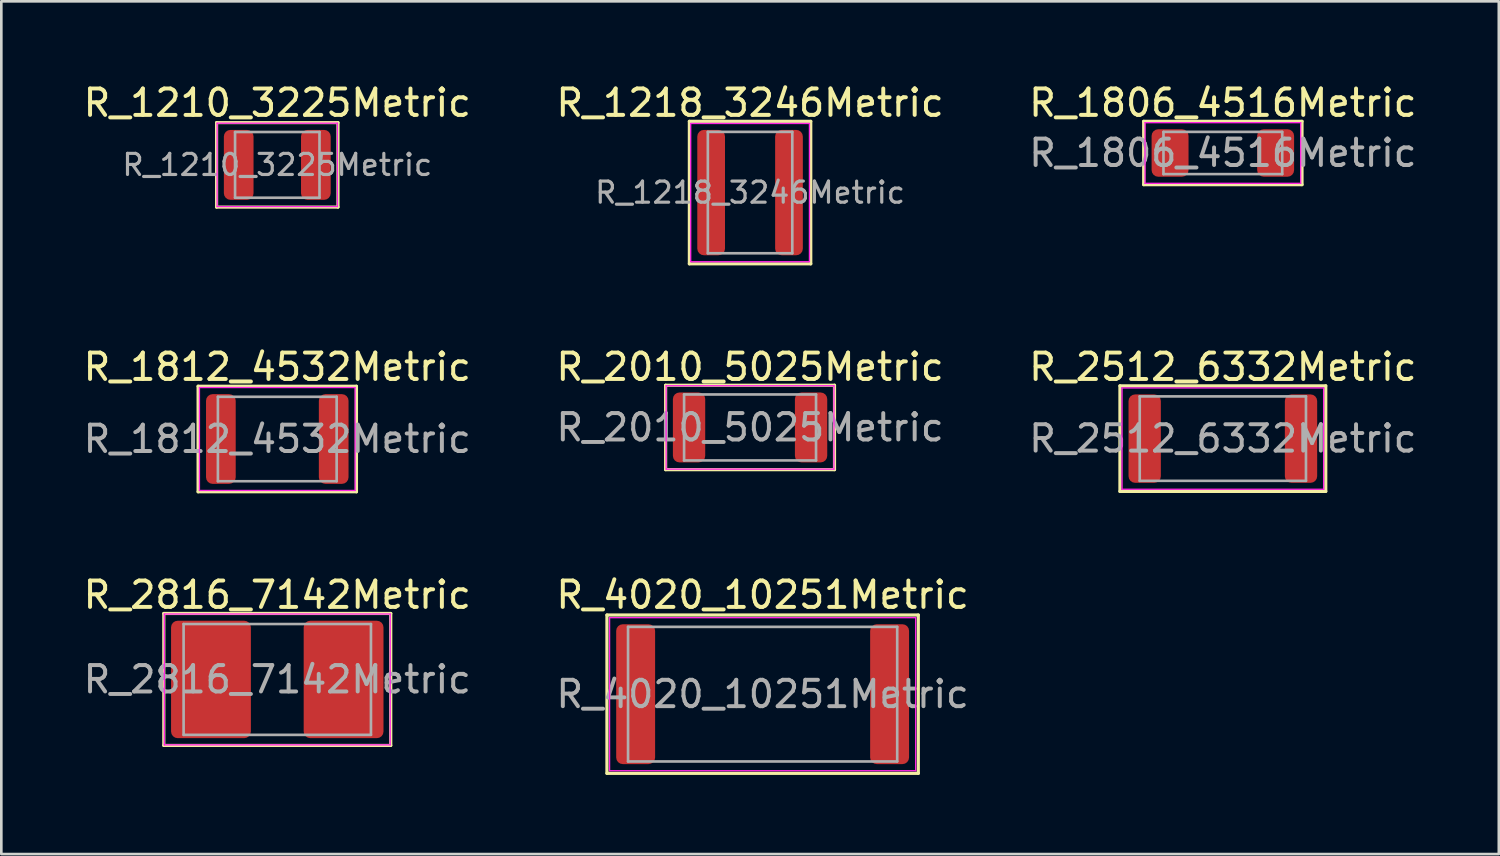
<source format=kicad_pcb>
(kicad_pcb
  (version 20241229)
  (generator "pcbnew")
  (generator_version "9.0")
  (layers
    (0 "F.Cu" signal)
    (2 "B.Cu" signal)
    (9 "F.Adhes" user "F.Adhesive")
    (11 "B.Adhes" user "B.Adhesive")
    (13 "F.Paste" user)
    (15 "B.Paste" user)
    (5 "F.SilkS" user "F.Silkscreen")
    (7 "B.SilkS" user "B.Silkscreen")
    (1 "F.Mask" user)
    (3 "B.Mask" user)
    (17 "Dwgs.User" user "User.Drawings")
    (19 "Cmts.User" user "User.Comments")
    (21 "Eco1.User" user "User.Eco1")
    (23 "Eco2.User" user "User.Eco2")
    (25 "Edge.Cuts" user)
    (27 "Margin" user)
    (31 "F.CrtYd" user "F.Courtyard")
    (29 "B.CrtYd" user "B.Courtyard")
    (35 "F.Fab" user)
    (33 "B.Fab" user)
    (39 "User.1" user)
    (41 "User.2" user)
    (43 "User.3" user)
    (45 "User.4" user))
  (footprint "R_1806_4516Metric"
    (layer "F.Cu")
    (at 43.292 2.748)
    (property "Reference" "R_1806_4516Metric" (at 0 -1.9 0) (layer "F.SilkS") (effects (font (size 1 1) (thickness 0.15))))
    (attr smd)
    (fp_line (start -3 -1.2) (end -3 1.2) (stroke (width 0.12) (type solid)) (layer "F.SilkS"))
    (fp_line (start -3 1.2) (end 3 1.2) (stroke (width 0.12) (type solid)) (layer "F.SilkS"))
    (fp_line (start 3 -1.2) (end -3 -1.2) (stroke (width 0.12) (type solid)) (layer "F.SilkS"))
    (fp_line (start 3 1.2) (end 3 -1.2) (stroke (width 0.12) (type solid)) (layer "F.SilkS"))
    (fp_line (start -2.95 -1.15) (end 2.95 -1.15) (stroke (width 0.05) (type solid)) (layer "F.CrtYd"))
    (fp_line (start -2.95 1.15) (end -2.95 -1.15) (stroke (width 0.05) (type solid)) (layer "F.CrtYd"))
    (fp_line (start 2.95 -1.15) (end 2.95 1.15) (stroke (width 0.05) (type solid)) (layer "F.CrtYd"))
    (fp_line (start 2.95 1.15) (end -2.95 1.15) (stroke (width 0.05) (type solid)) (layer "F.CrtYd"))
    (fp_line (start -2.25 -0.8) (end 2.25 -0.8) (stroke (width 0.1) (type solid)) (layer "F.Fab"))
    (fp_line (start -2.25 0.8) (end -2.25 -0.8) (stroke (width 0.1) (type solid)) (layer "F.Fab"))
    (fp_line (start 2.25 -0.8) (end 2.25 0.8) (stroke (width 0.1) (type solid)) (layer "F.Fab"))
    (fp_line (start 2.25 0.8) (end -2.25 0.8) (stroke (width 0.1) (type solid)) (layer "F.Fab"))
    (fp_text user "${REFERENCE}" (at 0 0 0) (layer "F.Fab") (effects (font (size 1 1) (thickness 0.15))))
    (pad "1" smd roundrect (at -2 0) (size 1.4 1.8) (layers "F.Cu" "F.Mask" "F.Paste") (roundrect_rratio 0.179))
    (pad "2" smd roundrect (at 2 0) (size 1.4 1.8) (layers "F.Cu" "F.Mask" "F.Paste") (roundrect_rratio 0.179)))
  (footprint "R_2816_7142Metric"
    (layer "F.Cu")
    (at 7.458 22.699)
    (property "Reference" "R_2816_7142Metric" (at 0 -3.204 0) (layer "F.SilkS") (effects (font (size 1 1) (thickness 0.15))))
    (attr smd)
    (fp_line (start -4.3 -2.5) (end -4.3 2.5) (stroke (width 0.12) (type solid)) (layer "F.SilkS"))
    (fp_line (start -4.3 2.5) (end 4.3 2.5) (stroke (width 0.12) (type solid)) (layer "F.SilkS"))
    (fp_line (start 4.3 -2.5) (end -4.3 -2.5) (stroke (width 0.12) (type solid)) (layer "F.SilkS"))
    (fp_line (start 4.3 2.5) (end 4.3 -2.5) (stroke (width 0.12) (type solid)) (layer "F.SilkS"))
    (fp_line (start -4.28 -2.48) (end 4.28 -2.48) (stroke (width 0.05) (type solid)) (layer "F.CrtYd"))
    (fp_line (start -4.28 2.48) (end -4.28 -2.48) (stroke (width 0.05) (type solid)) (layer "F.CrtYd"))
    (fp_line (start 4.28 -2.48) (end 4.28 2.48) (stroke (width 0.05) (type solid)) (layer "F.CrtYd"))
    (fp_line (start 4.28 2.48) (end -4.28 2.48) (stroke (width 0.05) (type solid)) (layer "F.CrtYd"))
    (fp_line (start -3.55 -2.1) (end 3.55 -2.1) (stroke (width 0.1) (type solid)) (layer "F.Fab"))
    (fp_line (start -3.55 2.1) (end -3.55 -2.1) (stroke (width 0.1) (type solid)) (layer "F.Fab"))
    (fp_line (start 3.55 -2.1) (end 3.55 2.1) (stroke (width 0.1) (type solid)) (layer "F.Fab"))
    (fp_line (start 3.55 2.1) (end -3.55 2.1) (stroke (width 0.1) (type solid)) (layer "F.Fab"))
    (fp_text user "${REFERENCE}" (at 0 0 0) (layer "F.Fab") (effects (font (size 1 1) (thickness 0.15))))
    (pad "1" smd roundrect (at -2.513 0) (size 3.025 4.45) (layers "F.Cu" "F.Mask" "F.Paste") (roundrect_rratio 0.083))
    (pad "2" smd roundrect (at 2.513 0) (size 3.025 4.45) (layers "F.Cu" "F.Mask" "F.Paste") (roundrect_rratio 0.083)))
  (footprint "R_2512_6332Metric"
    (layer "F.Cu")
    (at 43.292 13.572)
    (property "Reference" "R_2512_6332Metric" (at 0 -2.715 0) (layer "F.SilkS") (effects (font (size 1 1) (thickness 0.15))))
    (attr smd)
    (fp_line (start -3.9 -2) (end -3.9 2) (stroke (width 0.12) (type solid)) (layer "F.SilkS"))
    (fp_line (start -3.9 2) (end 3.9 2) (stroke (width 0.12) (type solid)) (layer "F.SilkS"))
    (fp_line (start 3.9 -2) (end -3.9 -2) (stroke (width 0.12) (type solid)) (layer "F.SilkS"))
    (fp_line (start 3.9 2) (end 3.9 -2) (stroke (width 0.12) (type solid)) (layer "F.SilkS"))
    (fp_line (start -3.82 -1.92) (end 3.82 -1.92) (stroke (width 0.05) (type solid)) (layer "F.CrtYd"))
    (fp_line (start -3.82 1.92) (end -3.82 -1.92) (stroke (width 0.05) (type solid)) (layer "F.CrtYd"))
    (fp_line (start 3.82 -1.92) (end 3.82 1.92) (stroke (width 0.05) (type solid)) (layer "F.CrtYd"))
    (fp_line (start 3.82 1.92) (end -3.82 1.92) (stroke (width 0.05) (type solid)) (layer "F.CrtYd"))
    (fp_line (start -3.15 -1.6) (end 3.15 -1.6) (stroke (width 0.1) (type solid)) (layer "F.Fab"))
    (fp_line (start -3.15 1.6) (end -3.15 -1.6) (stroke (width 0.1) (type solid)) (layer "F.Fab"))
    (fp_line (start 3.15 -1.6) (end 3.15 1.6) (stroke (width 0.1) (type solid)) (layer "F.Fab"))
    (fp_line (start 3.15 1.6) (end -3.15 1.6) (stroke (width 0.1) (type solid)) (layer "F.Fab"))
    (fp_text user "${REFERENCE}" (at 0 0 0) (layer "F.Fab") (effects (font (size 1 1) (thickness 0.15))))
    (pad "1" smd roundrect (at -2.962 0) (size 1.225 3.35) (layers "F.Cu" "F.Mask" "F.Paste") (roundrect_rratio 0.204))
    (pad "2" smd roundrect (at 2.962 0) (size 1.225 3.35) (layers "F.Cu" "F.Mask" "F.Paste") (roundrect_rratio 0.204)))
  (footprint "R_4020_10251Metric"
    (layer "F.Cu")
    (at 25.851 23.257)
    (property "Reference" "R_4020_10251Metric" (at 0 -3.762 0) (layer "F.SilkS") (effects (font (size 1 1) (thickness 0.15))))
    (attr smd)
    (fp_line (start -5.9 -3) (end -5.9 3) (stroke (width 0.12) (type solid)) (layer "F.SilkS"))
    (fp_line (start -5.9 3) (end 5.9 3) (stroke (width 0.12) (type solid)) (layer "F.SilkS"))
    (fp_line (start 5.9 -3) (end -5.9 -3) (stroke (width 0.12) (type solid)) (layer "F.SilkS"))
    (fp_line (start 5.9 3) (end 5.9 -3) (stroke (width 0.12) (type solid)) (layer "F.SilkS"))
    (fp_line (start -5.8 -2.9) (end 5.8 -2.9) (stroke (width 0.05) (type solid)) (layer "F.CrtYd"))
    (fp_line (start -5.8 2.9) (end -5.8 -2.9) (stroke (width 0.05) (type solid)) (layer "F.CrtYd"))
    (fp_line (start 5.8 -2.9) (end 5.8 2.9) (stroke (width 0.05) (type solid)) (layer "F.CrtYd"))
    (fp_line (start 5.8 2.9) (end -5.8 2.9) (stroke (width 0.05) (type solid)) (layer "F.CrtYd"))
    (fp_line (start -5.1 -2.55) (end 5.1 -2.55) (stroke (width 0.1) (type solid)) (layer "F.Fab"))
    (fp_line (start -5.1 2.55) (end -5.1 -2.55) (stroke (width 0.1) (type solid)) (layer "F.Fab"))
    (fp_line (start 5.1 -2.55) (end 5.1 2.55) (stroke (width 0.1) (type solid)) (layer "F.Fab"))
    (fp_line (start 5.1 2.55) (end -5.1 2.55) (stroke (width 0.1) (type solid)) (layer "F.Fab"))
    (fp_text user "${REFERENCE}" (at 0 0 0) (layer "F.Fab") (effects (font (size 1 1) (thickness 0.15))))
    (pad "1" smd roundrect (at -4.812 0) (size 1.475 5.3) (layers "F.Cu" "F.Mask" "F.Paste") (roundrect_rratio 0.169))
    (pad "2" smd roundrect (at 4.812 0) (size 1.475 5.3) (layers "F.Cu" "F.Mask" "F.Paste") (roundrect_rratio 0.169)))
  (footprint "R_1210_3225Metric"
    (layer "F.Cu")
    (at 7.458 3.198)
    (property "Reference" "R_1210_3225Metric" (at 0 -2.349 0) (layer "F.SilkS") (effects (font (size 1 1) (thickness 0.15))))
    (attr smd)
    (fp_line (start -2.3 -1.6) (end -2.3 1.6) (stroke (width 0.12) (type solid)) (layer "F.SilkS"))
    (fp_line (start -2.3 1.6) (end 2.3 1.6) (stroke (width 0.12) (type solid)) (layer "F.SilkS"))
    (fp_line (start 2.3 -1.6) (end -2.3 -1.6) (stroke (width 0.12) (type solid)) (layer "F.SilkS"))
    (fp_line (start 2.3 1.6) (end 2.3 -1.6) (stroke (width 0.12) (type solid)) (layer "F.SilkS"))
    (fp_line (start -2.28 -1.58) (end 2.28 -1.58) (stroke (width 0.05) (type solid)) (layer "F.CrtYd"))
    (fp_line (start -2.28 1.58) (end -2.28 -1.58) (stroke (width 0.05) (type solid)) (layer "F.CrtYd"))
    (fp_line (start 2.28 -1.58) (end 2.28 1.58) (stroke (width 0.05) (type solid)) (layer "F.CrtYd"))
    (fp_line (start 2.28 1.58) (end -2.28 1.58) (stroke (width 0.05) (type solid)) (layer "F.CrtYd"))
    (fp_line (start -1.6 -1.245) (end 1.6 -1.245) (stroke (width 0.1) (type solid)) (layer "F.Fab"))
    (fp_line (start -1.6 1.245) (end -1.6 -1.245) (stroke (width 0.1) (type solid)) (layer "F.Fab"))
    (fp_line (start 1.6 -1.245) (end 1.6 1.245) (stroke (width 0.1) (type solid)) (layer "F.Fab"))
    (fp_line (start 1.6 1.245) (end -1.6 1.245) (stroke (width 0.1) (type solid)) (layer "F.Fab"))
    (fp_text user "${REFERENCE}" (at 0 0 0) (layer "F.Fab") (effects (font (size 0.8 0.8) (thickness 0.12))))
    (pad "1" smd roundrect (at -1.462 0) (size 1.125 2.65) (layers "F.Cu" "F.Mask" "F.Paste") (roundrect_rratio 0.222))
    (pad "2" smd roundrect (at 1.462 0) (size 1.125 2.65) (layers "F.Cu" "F.Mask" "F.Paste") (roundrect_rratio 0.222)))
  (footprint "R_1218_3246Metric"
    (layer "F.Cu")
    (at 25.375 4.248)
    (property "Reference" "R_1218_3246Metric" (at 0 -3.4 0) (layer "F.SilkS") (effects (font (size 1 1) (thickness 0.15))))
    (attr smd)
    (fp_line (start -2.3 -2.7) (end -2.3 2.7) (stroke (width 0.12) (type solid)) (layer "F.SilkS"))
    (fp_line (start -2.3 2.7) (end 2.3 2.7) (stroke (width 0.12) (type solid)) (layer "F.SilkS"))
    (fp_line (start 2.3 -2.7) (end -2.3 -2.7) (stroke (width 0.12) (type solid)) (layer "F.SilkS"))
    (fp_line (start 2.3 2.7) (end 2.3 -2.7) (stroke (width 0.12) (type solid)) (layer "F.SilkS"))
    (fp_line (start -2.25 -2.62) (end 2.25 -2.62) (stroke (width 0.05) (type solid)) (layer "F.CrtYd"))
    (fp_line (start -2.25 2.62) (end -2.25 -2.62) (stroke (width 0.05) (type solid)) (layer "F.CrtYd"))
    (fp_line (start 2.25 -2.62) (end 2.25 2.62) (stroke (width 0.05) (type solid)) (layer "F.CrtYd"))
    (fp_line (start 2.25 2.62) (end -2.25 2.62) (stroke (width 0.05) (type solid)) (layer "F.CrtYd"))
    (fp_line (start -1.6 -2.3) (end 1.6 -2.3) (stroke (width 0.1) (type solid)) (layer "F.Fab"))
    (fp_line (start -1.6 2.3) (end -1.6 -2.3) (stroke (width 0.1) (type solid)) (layer "F.Fab"))
    (fp_line (start 1.6 -2.3) (end 1.6 2.3) (stroke (width 0.1) (type solid)) (layer "F.Fab"))
    (fp_line (start 1.6 2.3) (end -1.6 2.3) (stroke (width 0.1) (type solid)) (layer "F.Fab"))
    (fp_text user "${REFERENCE}" (at 0 0 0) (layer "F.Fab") (effects (font (size 0.8 0.8) (thickness 0.12))))
    (pad "1" smd roundrect (at -1.475 0) (size 1.05 4.75) (layers "F.Cu" "F.Mask" "F.Paste") (roundrect_rratio 0.238))
    (pad "2" smd roundrect (at 1.475 0) (size 1.05 4.75) (layers "F.Cu" "F.Mask" "F.Paste") (roundrect_rratio 0.238)))
  (footprint "R_1812_4532Metric"
    (layer "F.Cu")
    (at 7.458 13.587)
    (property "Reference" "R_1812_4532Metric" (at 0 -2.731 0) (layer "F.SilkS") (effects (font (size 1 1) (thickness 0.15))))
    (attr smd)
    (fp_line (start -3 -2) (end -3 2) (stroke (width 0.12) (type solid)) (layer "F.SilkS"))
    (fp_line (start -3 2) (end 3 2) (stroke (width 0.12) (type solid)) (layer "F.SilkS"))
    (fp_line (start 3 -2) (end -3 -2) (stroke (width 0.12) (type solid)) (layer "F.SilkS"))
    (fp_line (start 3 2) (end 3 -2) (stroke (width 0.12) (type solid)) (layer "F.SilkS"))
    (fp_line (start -2.95 -1.95) (end 2.95 -1.95) (stroke (width 0.05) (type solid)) (layer "F.CrtYd"))
    (fp_line (start -2.95 1.95) (end -2.95 -1.95) (stroke (width 0.05) (type solid)) (layer "F.CrtYd"))
    (fp_line (start 2.95 -1.95) (end 2.95 1.95) (stroke (width 0.05) (type solid)) (layer "F.CrtYd"))
    (fp_line (start 2.95 1.95) (end -2.95 1.95) (stroke (width 0.05) (type solid)) (layer "F.CrtYd"))
    (fp_line (start -2.25 -1.6) (end 2.25 -1.6) (stroke (width 0.1) (type solid)) (layer "F.Fab"))
    (fp_line (start -2.25 1.6) (end -2.25 -1.6) (stroke (width 0.1) (type solid)) (layer "F.Fab"))
    (fp_line (start 2.25 -1.6) (end 2.25 1.6) (stroke (width 0.1) (type solid)) (layer "F.Fab"))
    (fp_line (start 2.25 1.6) (end -2.25 1.6) (stroke (width 0.1) (type solid)) (layer "F.Fab"))
    (fp_text user "${REFERENCE}" (at 0 0 0) (layer "F.Fab") (effects (font (size 1 1) (thickness 0.15))))
    (pad "1" smd roundrect (at -2.138 0) (size 1.125 3.4) (layers "F.Cu" "F.Mask" "F.Paste") (roundrect_rratio 0.222))
    (pad "2" smd roundrect (at 2.138 0) (size 1.125 3.4) (layers "F.Cu" "F.Mask" "F.Paste") (roundrect_rratio 0.222)))
  (footprint "R_2010_5025Metric"
    (layer "F.Cu")
    (at 25.375 13.149)
    (property "Reference" "R_2010_5025Metric" (at 0 -2.292 0) (layer "F.SilkS") (effects (font (size 1 1) (thickness 0.15))))
    (attr smd)
    (fp_line (start -3.2 -1.6) (end -3.2 1.6) (stroke (width 0.12) (type solid)) (layer "F.SilkS"))
    (fp_line (start -3.2 1.6) (end 3.2 1.6) (stroke (width 0.12) (type solid)) (layer "F.SilkS"))
    (fp_line (start 3.2 -1.6) (end -3.2 -1.6) (stroke (width 0.12) (type solid)) (layer "F.SilkS"))
    (fp_line (start 3.2 1.6) (end 3.2 -1.6) (stroke (width 0.12) (type solid)) (layer "F.SilkS"))
    (fp_line (start -3.18 -1.58) (end 3.18 -1.58) (stroke (width 0.05) (type solid)) (layer "F.CrtYd"))
    (fp_line (start -3.18 1.58) (end -3.18 -1.58) (stroke (width 0.05) (type solid)) (layer "F.CrtYd"))
    (fp_line (start 3.18 -1.58) (end 3.18 1.58) (stroke (width 0.05) (type solid)) (layer "F.CrtYd"))
    (fp_line (start 3.18 1.58) (end -3.18 1.58) (stroke (width 0.05) (type solid)) (layer "F.CrtYd"))
    (fp_line (start -2.5 -1.25) (end 2.5 -1.25) (stroke (width 0.1) (type solid)) (layer "F.Fab"))
    (fp_line (start -2.5 1.25) (end -2.5 -1.25) (stroke (width 0.1) (type solid)) (layer "F.Fab"))
    (fp_line (start 2.5 -1.25) (end 2.5 1.25) (stroke (width 0.1) (type solid)) (layer "F.Fab"))
    (fp_line (start 2.5 1.25) (end -2.5 1.25) (stroke (width 0.1) (type solid)) (layer "F.Fab"))
    (fp_text user "${REFERENCE}" (at 0 0 0) (layer "F.Fab") (effects (font (size 1 1) (thickness 0.15))))
    (pad "1" smd roundrect (at -2.312 0) (size 1.225 2.65) (layers "F.Cu" "F.Mask" "F.Paste") (roundrect_rratio 0.204))
    (pad "2" smd roundrect (at 2.312 0) (size 1.225 2.65) (layers "F.Cu" "F.Mask" "F.Paste") (roundrect_rratio 0.204)))
  (gr_rect
    (start -3 -3)
    (end 53.75 29.317)
    (stroke (width 0.1) (type default))
    (fill no)
    (layer "Edge.Cuts")))
</source>
